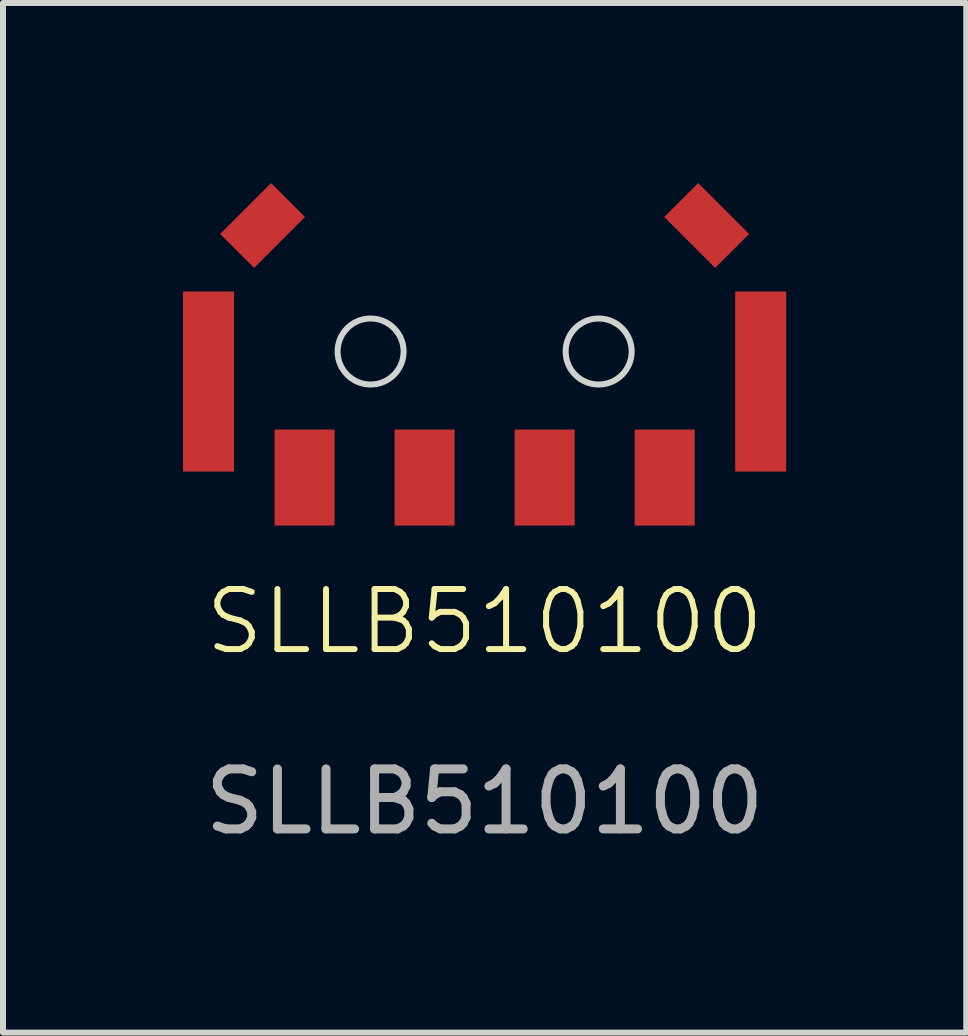
<source format=kicad_pcb>
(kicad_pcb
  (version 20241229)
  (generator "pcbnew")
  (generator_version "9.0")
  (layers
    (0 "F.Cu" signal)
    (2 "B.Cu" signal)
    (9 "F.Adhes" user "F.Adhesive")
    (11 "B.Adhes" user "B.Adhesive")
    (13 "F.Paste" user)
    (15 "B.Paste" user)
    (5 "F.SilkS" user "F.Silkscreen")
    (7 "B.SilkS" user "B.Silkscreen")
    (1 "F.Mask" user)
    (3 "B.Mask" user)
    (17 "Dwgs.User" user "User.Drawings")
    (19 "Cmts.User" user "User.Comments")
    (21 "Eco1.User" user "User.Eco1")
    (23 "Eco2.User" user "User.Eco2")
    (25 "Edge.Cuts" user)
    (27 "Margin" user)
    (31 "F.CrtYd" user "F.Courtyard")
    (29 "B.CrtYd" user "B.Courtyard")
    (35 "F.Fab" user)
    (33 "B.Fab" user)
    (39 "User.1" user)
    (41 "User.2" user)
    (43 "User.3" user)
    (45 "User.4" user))
  (footprint "SLLB510100"
    (layer "F.Cu")
    (at 5.025 3.807)
    (property "Reference" "SLLB510100" (at 0 3.5 0) (unlocked yes) (layer "F.SilkS") (effects (font (size 1 1) (thickness 0.1))))
    (attr smd)
    (fp_circle (center -1.9 -1) (end -1.35 -1) (stroke (width 0.1) (type default)) (fill no) (layer "Edge.Cuts"))
    (fp_circle (center 1.9 -1) (end 2.45 -1) (stroke (width 0.1) (type default)) (fill no) (layer "Edge.Cuts"))
    (fp_text user "${REFERENCE}" (at 0 6.5 0) (unlocked yes) (layer "F.Fab") (effects (font (size 1 1) (thickness 0.15))))
    (pad "" smd rect (at -4.6 -0.5) (size 0.85 3) (layers "F.Cu" "F.Mask" "F.Paste"))
    (pad "" smd rect (at -3.7 -3.1 225) (size 1.2 0.8) (layers "F.Cu" "F.Mask" "F.Paste"))
    (pad "" smd rect (at 3.7 -3.1 135) (size 1.2 0.8) (layers "F.Cu" "F.Mask" "F.Paste"))
    (pad "" smd rect (at 4.6 -0.5) (size 0.85 3) (layers "F.Cu" "F.Mask" "F.Paste"))
    (pad "1" smd rect (at -3 1.1) (size 1 1.6) (layers "F.Cu" "F.Mask" "F.Paste"))
    (pad "2" smd rect (at 3 1.1) (size 1 1.6) (layers "F.Cu" "F.Mask" "F.Paste"))
    (pad "C" smd rect (at -1 1.1) (size 1 1.6) (layers "F.Cu" "F.Mask" "F.Paste"))
    (pad "T" smd rect (at 1 1.1) (size 1 1.6) (layers "F.Cu" "F.Mask" "F.Paste")))
  (gr_rect
    (start -3 -3)
    (end 13.05 14.155)
    (stroke (width 0.1) (type default))
    (fill no)
    (layer "Edge.Cuts")))
</source>
